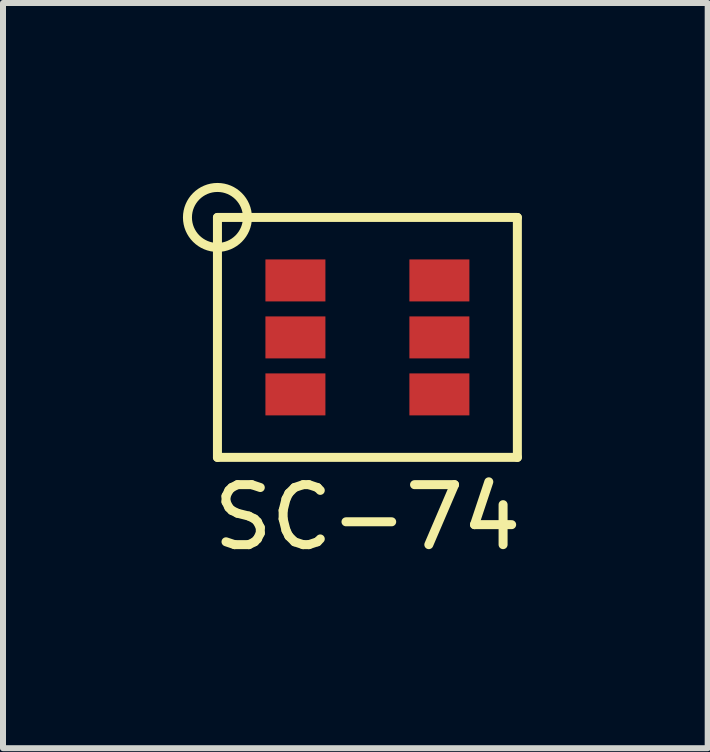
<source format=kicad_pcb>
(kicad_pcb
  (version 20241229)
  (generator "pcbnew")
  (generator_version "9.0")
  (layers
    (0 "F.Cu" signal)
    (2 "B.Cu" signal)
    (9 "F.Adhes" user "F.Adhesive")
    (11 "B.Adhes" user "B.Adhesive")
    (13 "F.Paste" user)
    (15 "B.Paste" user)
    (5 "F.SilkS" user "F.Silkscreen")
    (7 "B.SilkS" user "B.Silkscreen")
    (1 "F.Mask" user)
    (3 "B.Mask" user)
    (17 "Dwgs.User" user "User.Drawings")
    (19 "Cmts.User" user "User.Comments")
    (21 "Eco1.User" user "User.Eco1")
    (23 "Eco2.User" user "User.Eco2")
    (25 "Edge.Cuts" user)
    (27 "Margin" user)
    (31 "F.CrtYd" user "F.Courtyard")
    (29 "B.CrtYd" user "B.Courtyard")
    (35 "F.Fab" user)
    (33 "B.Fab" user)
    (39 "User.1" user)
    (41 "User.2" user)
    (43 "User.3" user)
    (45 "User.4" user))
  (footprint "SC-74"
    (layer "F.Cu")
    (at 3.075 2.575)
    (property "Reference" "SC-74" (at 0 3 0) (layer "F.SilkS") (effects (font (size 1 1) (thickness 0.15))))
    (attr through_hole)
    (fp_line (start -2.5 -2) (end -2.5 2) (stroke (width 0.15) (type solid)) (layer "F.SilkS"))
    (fp_line (start -2.5 2) (end 2.5 2) (stroke (width 0.15) (type solid)) (layer "F.SilkS"))
    (fp_line (start 2.5 -2) (end -2.5 -2) (stroke (width 0.15) (type solid)) (layer "F.SilkS"))
    (fp_line (start 2.5 2) (end 2.5 -2) (stroke (width 0.15) (type solid)) (layer "F.SilkS"))
    (fp_circle (center -2.5 -2) (end -2.5 -2.5) (stroke (width 0.15) (type solid)) (fill no) (layer "F.SilkS"))
    (pad "1" smd rect (at -1.2 -0.95) (size 1 0.7) (layers "F.Cu" "F.Mask" "F.Paste"))
    (pad "2" smd rect (at -1.2 0) (size 1 0.7) (layers "F.Cu" "F.Mask" "F.Paste"))
    (pad "3" smd rect (at -1.2 0.95) (size 1 0.7) (layers "F.Cu" "F.Mask" "F.Paste"))
    (pad "4" smd rect (at 1.2 0.95) (size 1 0.7) (layers "F.Cu" "F.Mask" "F.Paste"))
    (pad "5" smd rect (at 1.2 0) (size 1 0.7) (layers "F.Cu" "F.Mask" "F.Paste"))
    (pad "6" smd rect (at 1.2 -0.95) (size 1 0.7) (layers "F.Cu" "F.Mask" "F.Paste")))
  (gr_rect
    (start -3 -3)
    (end 8.748 9.423)
    (stroke (width 0.1) (type default))
    (fill no)
    (layer "Edge.Cuts")))
</source>
